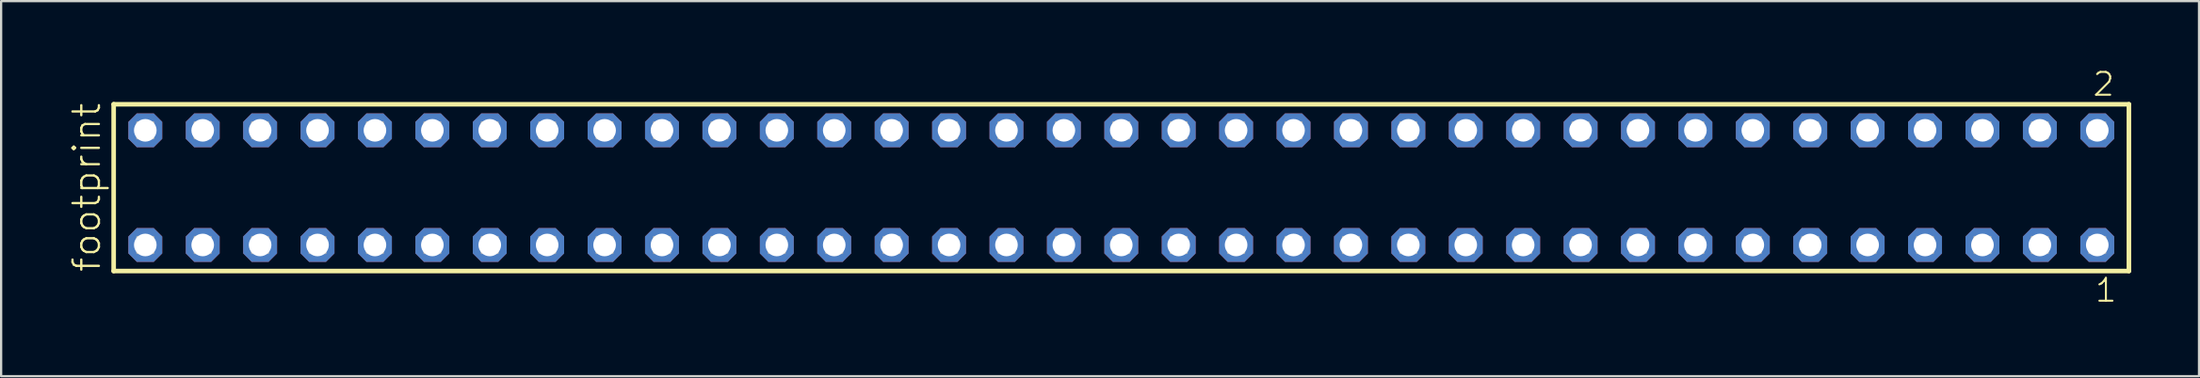
<source format=kicad_pcb>
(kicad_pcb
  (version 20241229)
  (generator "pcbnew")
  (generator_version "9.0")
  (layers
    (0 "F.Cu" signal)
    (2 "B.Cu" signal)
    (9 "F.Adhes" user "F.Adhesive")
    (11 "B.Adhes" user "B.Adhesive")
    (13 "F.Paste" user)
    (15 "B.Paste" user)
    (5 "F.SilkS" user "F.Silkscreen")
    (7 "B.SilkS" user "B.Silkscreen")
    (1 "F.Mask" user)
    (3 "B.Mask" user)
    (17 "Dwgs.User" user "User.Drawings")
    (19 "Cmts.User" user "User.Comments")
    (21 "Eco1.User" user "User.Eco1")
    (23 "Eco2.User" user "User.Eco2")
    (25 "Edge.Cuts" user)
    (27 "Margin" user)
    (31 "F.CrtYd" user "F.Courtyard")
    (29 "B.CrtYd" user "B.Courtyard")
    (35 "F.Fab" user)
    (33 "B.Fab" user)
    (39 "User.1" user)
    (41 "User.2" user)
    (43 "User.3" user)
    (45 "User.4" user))
  (footprint "footprint"
    (layer "F.Cu")
    (at 46.558 5.265)
    (property "Reference" "footprint" (at -45.085 3.81 90) (layer "F.SilkS") (effects (font (size 1.168 1.168) (thickness 0.102)) (justify left bottom)))
    (fp_line (start -44.579 -3.695) (end 44.579 -3.695) (stroke (width 0.203) (type solid)) (layer "F.SilkS"))
    (fp_line (start -44.579 3.695) (end -44.579 -3.695) (stroke (width 0.203) (type solid)) (layer "F.SilkS"))
    (fp_line (start 44.579 -3.695) (end 44.579 3.695) (stroke (width 0.203) (type solid)) (layer "F.SilkS"))
    (fp_line (start 44.579 3.695) (end -44.579 3.695) (stroke (width 0.203) (type solid)) (layer "F.SilkS"))
    (fp_poly (pts (xy -43.53 -2.19) (xy -42.83 -2.19) (xy -42.83 -2.89) (xy -43.53 -2.89)) (stroke (width 0.1) (type solid)) (fill no) (layer "F.Fab"))
    (fp_poly (pts (xy -43.53 2.89) (xy -42.83 2.89) (xy -42.83 2.19) (xy -43.53 2.19)) (stroke (width 0.1) (type solid)) (fill no) (layer "F.Fab"))
    (fp_poly (pts (xy -40.99 -2.19) (xy -40.29 -2.19) (xy -40.29 -2.89) (xy -40.99 -2.89)) (stroke (width 0.1) (type solid)) (fill no) (layer "F.Fab"))
    (fp_poly (pts (xy -40.99 2.89) (xy -40.29 2.89) (xy -40.29 2.19) (xy -40.99 2.19)) (stroke (width 0.1) (type solid)) (fill no) (layer "F.Fab"))
    (fp_poly (pts (xy -38.45 -2.19) (xy -37.75 -2.19) (xy -37.75 -2.89) (xy -38.45 -2.89)) (stroke (width 0.1) (type solid)) (fill no) (layer "F.Fab"))
    (fp_poly (pts (xy -38.45 2.89) (xy -37.75 2.89) (xy -37.75 2.19) (xy -38.45 2.19)) (stroke (width 0.1) (type solid)) (fill no) (layer "F.Fab"))
    (fp_poly (pts (xy -35.91 -2.19) (xy -35.21 -2.19) (xy -35.21 -2.89) (xy -35.91 -2.89)) (stroke (width 0.1) (type solid)) (fill no) (layer "F.Fab"))
    (fp_poly (pts (xy -35.91 2.89) (xy -35.21 2.89) (xy -35.21 2.19) (xy -35.91 2.19)) (stroke (width 0.1) (type solid)) (fill no) (layer "F.Fab"))
    (fp_poly (pts (xy -33.37 -2.19) (xy -32.67 -2.19) (xy -32.67 -2.89) (xy -33.37 -2.89)) (stroke (width 0.1) (type solid)) (fill no) (layer "F.Fab"))
    (fp_poly (pts (xy -33.37 2.89) (xy -32.67 2.89) (xy -32.67 2.19) (xy -33.37 2.19)) (stroke (width 0.1) (type solid)) (fill no) (layer "F.Fab"))
    (fp_poly (pts (xy -30.83 -2.19) (xy -30.13 -2.19) (xy -30.13 -2.89) (xy -30.83 -2.89)) (stroke (width 0.1) (type solid)) (fill no) (layer "F.Fab"))
    (fp_poly (pts (xy -30.83 2.89) (xy -30.13 2.89) (xy -30.13 2.19) (xy -30.83 2.19)) (stroke (width 0.1) (type solid)) (fill no) (layer "F.Fab"))
    (fp_poly (pts (xy -28.29 -2.19) (xy -27.59 -2.19) (xy -27.59 -2.89) (xy -28.29 -2.89)) (stroke (width 0.1) (type solid)) (fill no) (layer "F.Fab"))
    (fp_poly (pts (xy -28.29 2.89) (xy -27.59 2.89) (xy -27.59 2.19) (xy -28.29 2.19)) (stroke (width 0.1) (type solid)) (fill no) (layer "F.Fab"))
    (fp_poly (pts (xy -25.75 -2.19) (xy -25.05 -2.19) (xy -25.05 -2.89) (xy -25.75 -2.89)) (stroke (width 0.1) (type solid)) (fill no) (layer "F.Fab"))
    (fp_poly (pts (xy -25.75 2.89) (xy -25.05 2.89) (xy -25.05 2.19) (xy -25.75 2.19)) (stroke (width 0.1) (type solid)) (fill no) (layer "F.Fab"))
    (fp_poly (pts (xy -23.21 -2.19) (xy -22.51 -2.19) (xy -22.51 -2.89) (xy -23.21 -2.89)) (stroke (width 0.1) (type solid)) (fill no) (layer "F.Fab"))
    (fp_poly (pts (xy -23.21 2.89) (xy -22.51 2.89) (xy -22.51 2.19) (xy -23.21 2.19)) (stroke (width 0.1) (type solid)) (fill no) (layer "F.Fab"))
    (fp_poly (pts (xy -20.67 -2.19) (xy -19.97 -2.19) (xy -19.97 -2.89) (xy -20.67 -2.89)) (stroke (width 0.1) (type solid)) (fill no) (layer "F.Fab"))
    (fp_poly (pts (xy -20.67 2.89) (xy -19.97 2.89) (xy -19.97 2.19) (xy -20.67 2.19)) (stroke (width 0.1) (type solid)) (fill no) (layer "F.Fab"))
    (fp_poly (pts (xy -18.13 -2.19) (xy -17.43 -2.19) (xy -17.43 -2.89) (xy -18.13 -2.89)) (stroke (width 0.1) (type solid)) (fill no) (layer "F.Fab"))
    (fp_poly (pts (xy -18.13 2.89) (xy -17.43 2.89) (xy -17.43 2.19) (xy -18.13 2.19)) (stroke (width 0.1) (type solid)) (fill no) (layer "F.Fab"))
    (fp_poly (pts (xy -15.59 -2.19) (xy -14.89 -2.19) (xy -14.89 -2.89) (xy -15.59 -2.89)) (stroke (width 0.1) (type solid)) (fill no) (layer "F.Fab"))
    (fp_poly (pts (xy -15.59 2.89) (xy -14.89 2.89) (xy -14.89 2.19) (xy -15.59 2.19)) (stroke (width 0.1) (type solid)) (fill no) (layer "F.Fab"))
    (fp_poly (pts (xy -13.05 -2.19) (xy -12.35 -2.19) (xy -12.35 -2.89) (xy -13.05 -2.89)) (stroke (width 0.1) (type solid)) (fill no) (layer "F.Fab"))
    (fp_poly (pts (xy -13.05 2.89) (xy -12.35 2.89) (xy -12.35 2.19) (xy -13.05 2.19)) (stroke (width 0.1) (type solid)) (fill no) (layer "F.Fab"))
    (fp_poly (pts (xy -10.51 -2.19) (xy -9.81 -2.19) (xy -9.81 -2.89) (xy -10.51 -2.89)) (stroke (width 0.1) (type solid)) (fill no) (layer "F.Fab"))
    (fp_poly (pts (xy -10.51 2.89) (xy -9.81 2.89) (xy -9.81 2.19) (xy -10.51 2.19)) (stroke (width 0.1) (type solid)) (fill no) (layer "F.Fab"))
    (fp_poly (pts (xy -7.97 -2.19) (xy -7.27 -2.19) (xy -7.27 -2.89) (xy -7.97 -2.89)) (stroke (width 0.1) (type solid)) (fill no) (layer "F.Fab"))
    (fp_poly (pts (xy -7.97 2.89) (xy -7.27 2.89) (xy -7.27 2.19) (xy -7.97 2.19)) (stroke (width 0.1) (type solid)) (fill no) (layer "F.Fab"))
    (fp_poly (pts (xy -5.43 -2.19) (xy -4.73 -2.19) (xy -4.73 -2.89) (xy -5.43 -2.89)) (stroke (width 0.1) (type solid)) (fill no) (layer "F.Fab"))
    (fp_poly (pts (xy -5.43 2.89) (xy -4.73 2.89) (xy -4.73 2.19) (xy -5.43 2.19)) (stroke (width 0.1) (type solid)) (fill no) (layer "F.Fab"))
    (fp_poly (pts (xy -2.89 -2.19) (xy -2.19 -2.19) (xy -2.19 -2.89) (xy -2.89 -2.89)) (stroke (width 0.1) (type solid)) (fill no) (layer "F.Fab"))
    (fp_poly (pts (xy -2.89 2.89) (xy -2.19 2.89) (xy -2.19 2.19) (xy -2.89 2.19)) (stroke (width 0.1) (type solid)) (fill no) (layer "F.Fab"))
    (fp_poly (pts (xy -0.35 -2.19) (xy 0.35 -2.19) (xy 0.35 -2.89) (xy -0.35 -2.89)) (stroke (width 0.1) (type solid)) (fill no) (layer "F.Fab"))
    (fp_poly (pts (xy -0.35 2.89) (xy 0.35 2.89) (xy 0.35 2.19) (xy -0.35 2.19)) (stroke (width 0.1) (type solid)) (fill no) (layer "F.Fab"))
    (fp_poly (pts (xy 2.19 -2.19) (xy 2.89 -2.19) (xy 2.89 -2.89) (xy 2.19 -2.89)) (stroke (width 0.1) (type solid)) (fill no) (layer "F.Fab"))
    (fp_poly (pts (xy 2.19 2.89) (xy 2.89 2.89) (xy 2.89 2.19) (xy 2.19 2.19)) (stroke (width 0.1) (type solid)) (fill no) (layer "F.Fab"))
    (fp_poly (pts (xy 4.73 -2.19) (xy 5.43 -2.19) (xy 5.43 -2.89) (xy 4.73 -2.89)) (stroke (width 0.1) (type solid)) (fill no) (layer "F.Fab"))
    (fp_poly (pts (xy 4.73 2.89) (xy 5.43 2.89) (xy 5.43 2.19) (xy 4.73 2.19)) (stroke (width 0.1) (type solid)) (fill no) (layer "F.Fab"))
    (fp_poly (pts (xy 7.27 -2.19) (xy 7.97 -2.19) (xy 7.97 -2.89) (xy 7.27 -2.89)) (stroke (width 0.1) (type solid)) (fill no) (layer "F.Fab"))
    (fp_poly (pts (xy 7.27 2.89) (xy 7.97 2.89) (xy 7.97 2.19) (xy 7.27 2.19)) (stroke (width 0.1) (type solid)) (fill no) (layer "F.Fab"))
    (fp_poly (pts (xy 9.81 -2.19) (xy 10.51 -2.19) (xy 10.51 -2.89) (xy 9.81 -2.89)) (stroke (width 0.1) (type solid)) (fill no) (layer "F.Fab"))
    (fp_poly (pts (xy 9.81 2.89) (xy 10.51 2.89) (xy 10.51 2.19) (xy 9.81 2.19)) (stroke (width 0.1) (type solid)) (fill no) (layer "F.Fab"))
    (fp_poly (pts (xy 12.35 -2.19) (xy 13.05 -2.19) (xy 13.05 -2.89) (xy 12.35 -2.89)) (stroke (width 0.1) (type solid)) (fill no) (layer "F.Fab"))
    (fp_poly (pts (xy 12.35 2.89) (xy 13.05 2.89) (xy 13.05 2.19) (xy 12.35 2.19)) (stroke (width 0.1) (type solid)) (fill no) (layer "F.Fab"))
    (fp_poly (pts (xy 14.89 -2.19) (xy 15.59 -2.19) (xy 15.59 -2.89) (xy 14.89 -2.89)) (stroke (width 0.1) (type solid)) (fill no) (layer "F.Fab"))
    (fp_poly (pts (xy 14.89 2.89) (xy 15.59 2.89) (xy 15.59 2.19) (xy 14.89 2.19)) (stroke (width 0.1) (type solid)) (fill no) (layer "F.Fab"))
    (fp_poly (pts (xy 17.43 -2.19) (xy 18.13 -2.19) (xy 18.13 -2.89) (xy 17.43 -2.89)) (stroke (width 0.1) (type solid)) (fill no) (layer "F.Fab"))
    (fp_poly (pts (xy 17.43 2.89) (xy 18.13 2.89) (xy 18.13 2.19) (xy 17.43 2.19)) (stroke (width 0.1) (type solid)) (fill no) (layer "F.Fab"))
    (fp_poly (pts (xy 19.97 -2.19) (xy 20.67 -2.19) (xy 20.67 -2.89) (xy 19.97 -2.89)) (stroke (width 0.1) (type solid)) (fill no) (layer "F.Fab"))
    (fp_poly (pts (xy 19.97 2.89) (xy 20.67 2.89) (xy 20.67 2.19) (xy 19.97 2.19)) (stroke (width 0.1) (type solid)) (fill no) (layer "F.Fab"))
    (fp_poly (pts (xy 22.51 -2.19) (xy 23.21 -2.19) (xy 23.21 -2.89) (xy 22.51 -2.89)) (stroke (width 0.1) (type solid)) (fill no) (layer "F.Fab"))
    (fp_poly (pts (xy 22.51 2.89) (xy 23.21 2.89) (xy 23.21 2.19) (xy 22.51 2.19)) (stroke (width 0.1) (type solid)) (fill no) (layer "F.Fab"))
    (fp_poly (pts (xy 25.05 -2.19) (xy 25.75 -2.19) (xy 25.75 -2.89) (xy 25.05 -2.89)) (stroke (width 0.1) (type solid)) (fill no) (layer "F.Fab"))
    (fp_poly (pts (xy 25.05 2.89) (xy 25.75 2.89) (xy 25.75 2.19) (xy 25.05 2.19)) (stroke (width 0.1) (type solid)) (fill no) (layer "F.Fab"))
    (fp_poly (pts (xy 27.59 -2.19) (xy 28.29 -2.19) (xy 28.29 -2.89) (xy 27.59 -2.89)) (stroke (width 0.1) (type solid)) (fill no) (layer "F.Fab"))
    (fp_poly (pts (xy 27.59 2.89) (xy 28.29 2.89) (xy 28.29 2.19) (xy 27.59 2.19)) (stroke (width 0.1) (type solid)) (fill no) (layer "F.Fab"))
    (fp_poly (pts (xy 30.13 -2.19) (xy 30.83 -2.19) (xy 30.83 -2.89) (xy 30.13 -2.89)) (stroke (width 0.1) (type solid)) (fill no) (layer "F.Fab"))
    (fp_poly (pts (xy 30.13 2.89) (xy 30.83 2.89) (xy 30.83 2.19) (xy 30.13 2.19)) (stroke (width 0.1) (type solid)) (fill no) (layer "F.Fab"))
    (fp_poly (pts (xy 32.67 -2.19) (xy 33.37 -2.19) (xy 33.37 -2.89) (xy 32.67 -2.89)) (stroke (width 0.1) (type solid)) (fill no) (layer "F.Fab"))
    (fp_poly (pts (xy 32.67 2.89) (xy 33.37 2.89) (xy 33.37 2.19) (xy 32.67 2.19)) (stroke (width 0.1) (type solid)) (fill no) (layer "F.Fab"))
    (fp_poly (pts (xy 35.21 -2.19) (xy 35.91 -2.19) (xy 35.91 -2.89) (xy 35.21 -2.89)) (stroke (width 0.1) (type solid)) (fill no) (layer "F.Fab"))
    (fp_poly (pts (xy 35.21 2.89) (xy 35.91 2.89) (xy 35.91 2.19) (xy 35.21 2.19)) (stroke (width 0.1) (type solid)) (fill no) (layer "F.Fab"))
    (fp_poly (pts (xy 37.75 -2.19) (xy 38.45 -2.19) (xy 38.45 -2.89) (xy 37.75 -2.89)) (stroke (width 0.1) (type solid)) (fill no) (layer "F.Fab"))
    (fp_poly (pts (xy 37.75 2.89) (xy 38.45 2.89) (xy 38.45 2.19) (xy 37.75 2.19)) (stroke (width 0.1) (type solid)) (fill no) (layer "F.Fab"))
    (fp_poly (pts (xy 40.29 -2.19) (xy 40.99 -2.19) (xy 40.99 -2.89) (xy 40.29 -2.89)) (stroke (width 0.1) (type solid)) (fill no) (layer "F.Fab"))
    (fp_poly (pts (xy 40.29 2.89) (xy 40.99 2.89) (xy 40.99 2.19) (xy 40.29 2.19)) (stroke (width 0.1) (type solid)) (fill no) (layer "F.Fab"))
    (fp_poly (pts (xy 42.83 -2.19) (xy 43.53 -2.19) (xy 43.53 -2.89) (xy 42.83 -2.89)) (stroke (width 0.1) (type solid)) (fill no) (layer "F.Fab"))
    (fp_poly (pts (xy 42.83 2.89) (xy 43.53 2.89) (xy 43.53 2.19) (xy 42.83 2.19)) (stroke (width 0.1) (type solid)) (fill no) (layer "F.Fab"))
    (fp_text user "2" (at 42.922 -3.989 0) (layer "F.SilkS") (effects (font (size 1.012 1.012) (thickness 0.088)) (justify left bottom)))
    (fp_text user "1" (at 43.022 5.138 0) (layer "F.SilkS") (effects (font (size 1.012 1.012) (thickness 0.088)) (justify left bottom)))
    (pad "1" thru_hole roundrect (at 43.18 2.54 180) (size 1.5 1.5) (drill 1) (layers "*.Cu" "*.Mask") (roundrect_rratio 0.25) (chamfer_ratio 0.25) (chamfer top_left top_right bottom_left bottom_right))
    (pad "2" thru_hole roundrect (at 43.18 -2.54 180) (size 1.5 1.5) (drill 1) (layers "*.Cu" "*.Mask") (roundrect_rratio 0.25) (chamfer_ratio 0.25) (chamfer top_left top_right bottom_left bottom_right))
    (pad "3" thru_hole roundrect (at 40.64 2.54 180) (size 1.5 1.5) (drill 1) (layers "*.Cu" "*.Mask") (roundrect_rratio 0.25) (chamfer_ratio 0.25) (chamfer top_left top_right bottom_left bottom_right))
    (pad "4" thru_hole roundrect (at 40.64 -2.54 180) (size 1.5 1.5) (drill 1) (layers "*.Cu" "*.Mask") (roundrect_rratio 0.25) (chamfer_ratio 0.25) (chamfer top_left top_right bottom_left bottom_right))
    (pad "5" thru_hole roundrect (at 38.1 2.54 180) (size 1.5 1.5) (drill 1) (layers "*.Cu" "*.Mask") (roundrect_rratio 0.25) (chamfer_ratio 0.25) (chamfer top_left top_right bottom_left bottom_right))
    (pad "6" thru_hole roundrect (at 38.1 -2.54 180) (size 1.5 1.5) (drill 1) (layers "*.Cu" "*.Mask") (roundrect_rratio 0.25) (chamfer_ratio 0.25) (chamfer top_left top_right bottom_left bottom_right))
    (pad "7" thru_hole roundrect (at 35.56 2.54 180) (size 1.5 1.5) (drill 1) (layers "*.Cu" "*.Mask") (roundrect_rratio 0.25) (chamfer_ratio 0.25) (chamfer top_left top_right bottom_left bottom_right))
    (pad "8" thru_hole roundrect (at 35.56 -2.54 180) (size 1.5 1.5) (drill 1) (layers "*.Cu" "*.Mask") (roundrect_rratio 0.25) (chamfer_ratio 0.25) (chamfer top_left top_right bottom_left bottom_right))
    (pad "9" thru_hole roundrect (at 33.02 2.54 180) (size 1.5 1.5) (drill 1) (layers "*.Cu" "*.Mask") (roundrect_rratio 0.25) (chamfer_ratio 0.25) (chamfer top_left top_right bottom_left bottom_right))
    (pad "10" thru_hole roundrect (at 33.02 -2.54 180) (size 1.5 1.5) (drill 1) (layers "*.Cu" "*.Mask") (roundrect_rratio 0.25) (chamfer_ratio 0.25) (chamfer top_left top_right bottom_left bottom_right))
    (pad "11" thru_hole roundrect (at 30.48 2.54 180) (size 1.5 1.5) (drill 1) (layers "*.Cu" "*.Mask") (roundrect_rratio 0.25) (chamfer_ratio 0.25) (chamfer top_left top_right bottom_left bottom_right))
    (pad "12" thru_hole roundrect (at 30.48 -2.54 180) (size 1.5 1.5) (drill 1) (layers "*.Cu" "*.Mask") (roundrect_rratio 0.25) (chamfer_ratio 0.25) (chamfer top_left top_right bottom_left bottom_right))
    (pad "13" thru_hole roundrect (at 27.94 2.54 180) (size 1.5 1.5) (drill 1) (layers "*.Cu" "*.Mask") (roundrect_rratio 0.25) (chamfer_ratio 0.25) (chamfer top_left top_right bottom_left bottom_right))
    (pad "14" thru_hole roundrect (at 27.94 -2.54 180) (size 1.5 1.5) (drill 1) (layers "*.Cu" "*.Mask") (roundrect_rratio 0.25) (chamfer_ratio 0.25) (chamfer top_left top_right bottom_left bottom_right))
    (pad "15" thru_hole roundrect (at 25.4 2.54 180) (size 1.5 1.5) (drill 1) (layers "*.Cu" "*.Mask") (roundrect_rratio 0.25) (chamfer_ratio 0.25) (chamfer top_left top_right bottom_left bottom_right))
    (pad "16" thru_hole roundrect (at 25.4 -2.54 180) (size 1.5 1.5) (drill 1) (layers "*.Cu" "*.Mask") (roundrect_rratio 0.25) (chamfer_ratio 0.25) (chamfer top_left top_right bottom_left bottom_right))
    (pad "17" thru_hole roundrect (at 22.86 2.54 180) (size 1.5 1.5) (drill 1) (layers "*.Cu" "*.Mask") (roundrect_rratio 0.25) (chamfer_ratio 0.25) (chamfer top_left top_right bottom_left bottom_right))
    (pad "18" thru_hole roundrect (at 22.86 -2.54 180) (size 1.5 1.5) (drill 1) (layers "*.Cu" "*.Mask") (roundrect_rratio 0.25) (chamfer_ratio 0.25) (chamfer top_left top_right bottom_left bottom_right))
    (pad "19" thru_hole roundrect (at 20.32 2.54 180) (size 1.5 1.5) (drill 1) (layers "*.Cu" "*.Mask") (roundrect_rratio 0.25) (chamfer_ratio 0.25) (chamfer top_left top_right bottom_left bottom_right))
    (pad "20" thru_hole roundrect (at 20.32 -2.54 180) (size 1.5 1.5) (drill 1) (layers "*.Cu" "*.Mask") (roundrect_rratio 0.25) (chamfer_ratio 0.25) (chamfer top_left top_right bottom_left bottom_right))
    (pad "21" thru_hole roundrect (at 17.78 2.54 180) (size 1.5 1.5) (drill 1) (layers "*.Cu" "*.Mask") (roundrect_rratio 0.25) (chamfer_ratio 0.25) (chamfer top_left top_right bottom_left bottom_right))
    (pad "22" thru_hole roundrect (at 17.78 -2.54 180) (size 1.5 1.5) (drill 1) (layers "*.Cu" "*.Mask") (roundrect_rratio 0.25) (chamfer_ratio 0.25) (chamfer top_left top_right bottom_left bottom_right))
    (pad "23" thru_hole roundrect (at 15.24 2.54 180) (size 1.5 1.5) (drill 1) (layers "*.Cu" "*.Mask") (roundrect_rratio 0.25) (chamfer_ratio 0.25) (chamfer top_left top_right bottom_left bottom_right))
    (pad "24" thru_hole roundrect (at 15.24 -2.54 180) (size 1.5 1.5) (drill 1) (layers "*.Cu" "*.Mask") (roundrect_rratio 0.25) (chamfer_ratio 0.25) (chamfer top_left top_right bottom_left bottom_right))
    (pad "25" thru_hole roundrect (at 12.7 2.54 180) (size 1.5 1.5) (drill 1) (layers "*.Cu" "*.Mask") (roundrect_rratio 0.25) (chamfer_ratio 0.25) (chamfer top_left top_right bottom_left bottom_right))
    (pad "26" thru_hole roundrect (at 12.7 -2.54 180) (size 1.5 1.5) (drill 1) (layers "*.Cu" "*.Mask") (roundrect_rratio 0.25) (chamfer_ratio 0.25) (chamfer top_left top_right bottom_left bottom_right))
    (pad "27" thru_hole roundrect (at 10.16 2.54 180) (size 1.5 1.5) (drill 1) (layers "*.Cu" "*.Mask") (roundrect_rratio 0.25) (chamfer_ratio 0.25) (chamfer top_left top_right bottom_left bottom_right))
    (pad "28" thru_hole roundrect (at 10.16 -2.54 180) (size 1.5 1.5) (drill 1) (layers "*.Cu" "*.Mask") (roundrect_rratio 0.25) (chamfer_ratio 0.25) (chamfer top_left top_right bottom_left bottom_right))
    (pad "29" thru_hole roundrect (at 7.62 2.54 180) (size 1.5 1.5) (drill 1) (layers "*.Cu" "*.Mask") (roundrect_rratio 0.25) (chamfer_ratio 0.25) (chamfer top_left top_right bottom_left bottom_right))
    (pad "30" thru_hole roundrect (at 7.62 -2.54 180) (size 1.5 1.5) (drill 1) (layers "*.Cu" "*.Mask") (roundrect_rratio 0.25) (chamfer_ratio 0.25) (chamfer top_left top_right bottom_left bottom_right))
    (pad "31" thru_hole roundrect (at 5.08 2.54 180) (size 1.5 1.5) (drill 1) (layers "*.Cu" "*.Mask") (roundrect_rratio 0.25) (chamfer_ratio 0.25) (chamfer top_left top_right bottom_left bottom_right))
    (pad "32" thru_hole roundrect (at 5.08 -2.54 180) (size 1.5 1.5) (drill 1) (layers "*.Cu" "*.Mask") (roundrect_rratio 0.25) (chamfer_ratio 0.25) (chamfer top_left top_right bottom_left bottom_right))
    (pad "33" thru_hole roundrect (at 2.54 2.54 180) (size 1.5 1.5) (drill 1) (layers "*.Cu" "*.Mask") (roundrect_rratio 0.25) (chamfer_ratio 0.25) (chamfer top_left top_right bottom_left bottom_right))
    (pad "34" thru_hole roundrect (at 2.54 -2.54 180) (size 1.5 1.5) (drill 1) (layers "*.Cu" "*.Mask") (roundrect_rratio 0.25) (chamfer_ratio 0.25) (chamfer top_left top_right bottom_left bottom_right))
    (pad "35" thru_hole roundrect (at 0 2.54 180) (size 1.5 1.5) (drill 1) (layers "*.Cu" "*.Mask") (roundrect_rratio 0.25) (chamfer_ratio 0.25) (chamfer top_left top_right bottom_left bottom_right))
    (pad "36" thru_hole roundrect (at 0 -2.54 180) (size 1.5 1.5) (drill 1) (layers "*.Cu" "*.Mask") (roundrect_rratio 0.25) (chamfer_ratio 0.25) (chamfer top_left top_right bottom_left bottom_right))
    (pad "37" thru_hole roundrect (at -2.54 2.54 180) (size 1.5 1.5) (drill 1) (layers "*.Cu" "*.Mask") (roundrect_rratio 0.25) (chamfer_ratio 0.25) (chamfer top_left top_right bottom_left bottom_right))
    (pad "38" thru_hole roundrect (at -2.54 -2.54 180) (size 1.5 1.5) (drill 1) (layers "*.Cu" "*.Mask") (roundrect_rratio 0.25) (chamfer_ratio 0.25) (chamfer top_left top_right bottom_left bottom_right))
    (pad "39" thru_hole roundrect (at -5.08 2.54 180) (size 1.5 1.5) (drill 1) (layers "*.Cu" "*.Mask") (roundrect_rratio 0.25) (chamfer_ratio 0.25) (chamfer top_left top_right bottom_left bottom_right))
    (pad "40" thru_hole roundrect (at -5.08 -2.54 180) (size 1.5 1.5) (drill 1) (layers "*.Cu" "*.Mask") (roundrect_rratio 0.25) (chamfer_ratio 0.25) (chamfer top_left top_right bottom_left bottom_right))
    (pad "41" thru_hole roundrect (at -7.62 2.54 180) (size 1.5 1.5) (drill 1) (layers "*.Cu" "*.Mask") (roundrect_rratio 0.25) (chamfer_ratio 0.25) (chamfer top_left top_right bottom_left bottom_right))
    (pad "42" thru_hole roundrect (at -7.62 -2.54 180) (size 1.5 1.5) (drill 1) (layers "*.Cu" "*.Mask") (roundrect_rratio 0.25) (chamfer_ratio 0.25) (chamfer top_left top_right bottom_left bottom_right))
    (pad "43" thru_hole roundrect (at -10.16 2.54 180) (size 1.5 1.5) (drill 1) (layers "*.Cu" "*.Mask") (roundrect_rratio 0.25) (chamfer_ratio 0.25) (chamfer top_left top_right bottom_left bottom_right))
    (pad "44" thru_hole roundrect (at -10.16 -2.54 180) (size 1.5 1.5) (drill 1) (layers "*.Cu" "*.Mask") (roundrect_rratio 0.25) (chamfer_ratio 0.25) (chamfer top_left top_right bottom_left bottom_right))
    (pad "45" thru_hole roundrect (at -12.7 2.54 180) (size 1.5 1.5) (drill 1) (layers "*.Cu" "*.Mask") (roundrect_rratio 0.25) (chamfer_ratio 0.25) (chamfer top_left top_right bottom_left bottom_right))
    (pad "46" thru_hole roundrect (at -12.7 -2.54 180) (size 1.5 1.5) (drill 1) (layers "*.Cu" "*.Mask") (roundrect_rratio 0.25) (chamfer_ratio 0.25) (chamfer top_left top_right bottom_left bottom_right))
    (pad "47" thru_hole roundrect (at -15.24 2.54 180) (size 1.5 1.5) (drill 1) (layers "*.Cu" "*.Mask") (roundrect_rratio 0.25) (chamfer_ratio 0.25) (chamfer top_left top_right bottom_left bottom_right))
    (pad "48" thru_hole roundrect (at -15.24 -2.54 180) (size 1.5 1.5) (drill 1) (layers "*.Cu" "*.Mask") (roundrect_rratio 0.25) (chamfer_ratio 0.25) (chamfer top_left top_right bottom_left bottom_right))
    (pad "49" thru_hole roundrect (at -17.78 2.54 180) (size 1.5 1.5) (drill 1) (layers "*.Cu" "*.Mask") (roundrect_rratio 0.25) (chamfer_ratio 0.25) (chamfer top_left top_right bottom_left bottom_right))
    (pad "50" thru_hole roundrect (at -17.78 -2.54 180) (size 1.5 1.5) (drill 1) (layers "*.Cu" "*.Mask") (roundrect_rratio 0.25) (chamfer_ratio 0.25) (chamfer top_left top_right bottom_left bottom_right))
    (pad "51" thru_hole roundrect (at -20.32 2.54 180) (size 1.5 1.5) (drill 1) (layers "*.Cu" "*.Mask") (roundrect_rratio 0.25) (chamfer_ratio 0.25) (chamfer top_left top_right bottom_left bottom_right))
    (pad "52" thru_hole roundrect (at -20.32 -2.54 180) (size 1.5 1.5) (drill 1) (layers "*.Cu" "*.Mask") (roundrect_rratio 0.25) (chamfer_ratio 0.25) (chamfer top_left top_right bottom_left bottom_right))
    (pad "53" thru_hole roundrect (at -22.86 2.54 180) (size 1.5 1.5) (drill 1) (layers "*.Cu" "*.Mask") (roundrect_rratio 0.25) (chamfer_ratio 0.25) (chamfer top_left top_right bottom_left bottom_right))
    (pad "54" thru_hole roundrect (at -22.86 -2.54 180) (size 1.5 1.5) (drill 1) (layers "*.Cu" "*.Mask") (roundrect_rratio 0.25) (chamfer_ratio 0.25) (chamfer top_left top_right bottom_left bottom_right))
    (pad "55" thru_hole roundrect (at -25.4 2.54 180) (size 1.5 1.5) (drill 1) (layers "*.Cu" "*.Mask") (roundrect_rratio 0.25) (chamfer_ratio 0.25) (chamfer top_left top_right bottom_left bottom_right))
    (pad "56" thru_hole roundrect (at -25.4 -2.54 180) (size 1.5 1.5) (drill 1) (layers "*.Cu" "*.Mask") (roundrect_rratio 0.25) (chamfer_ratio 0.25) (chamfer top_left top_right bottom_left bottom_right))
    (pad "57" thru_hole roundrect (at -27.94 2.54 180) (size 1.5 1.5) (drill 1) (layers "*.Cu" "*.Mask") (roundrect_rratio 0.25) (chamfer_ratio 0.25) (chamfer top_left top_right bottom_left bottom_right))
    (pad "58" thru_hole roundrect (at -27.94 -2.54 180) (size 1.5 1.5) (drill 1) (layers "*.Cu" "*.Mask") (roundrect_rratio 0.25) (chamfer_ratio 0.25) (chamfer top_left top_right bottom_left bottom_right))
    (pad "59" thru_hole roundrect (at -30.48 2.54 180) (size 1.5 1.5) (drill 1) (layers "*.Cu" "*.Mask") (roundrect_rratio 0.25) (chamfer_ratio 0.25) (chamfer top_left top_right bottom_left bottom_right))
    (pad "60" thru_hole roundrect (at -30.48 -2.54 180) (size 1.5 1.5) (drill 1) (layers "*.Cu" "*.Mask") (roundrect_rratio 0.25) (chamfer_ratio 0.25) (chamfer top_left top_right bottom_left bottom_right))
    (pad "61" thru_hole roundrect (at -33.02 2.54 180) (size 1.5 1.5) (drill 1) (layers "*.Cu" "*.Mask") (roundrect_rratio 0.25) (chamfer_ratio 0.25) (chamfer top_left top_right bottom_left bottom_right))
    (pad "62" thru_hole roundrect (at -33.02 -2.54 180) (size 1.5 1.5) (drill 1) (layers "*.Cu" "*.Mask") (roundrect_rratio 0.25) (chamfer_ratio 0.25) (chamfer top_left top_right bottom_left bottom_right))
    (pad "63" thru_hole roundrect (at -35.56 2.54 180) (size 1.5 1.5) (drill 1) (layers "*.Cu" "*.Mask") (roundrect_rratio 0.25) (chamfer_ratio 0.25) (chamfer top_left top_right bottom_left bottom_right))
    (pad "64" thru_hole roundrect (at -35.56 -2.54 180) (size 1.5 1.5) (drill 1) (layers "*.Cu" "*.Mask") (roundrect_rratio 0.25) (chamfer_ratio 0.25) (chamfer top_left top_right bottom_left bottom_right))
    (pad "65" thru_hole roundrect (at -38.1 2.54 180) (size 1.5 1.5) (drill 1) (layers "*.Cu" "*.Mask") (roundrect_rratio 0.25) (chamfer_ratio 0.25) (chamfer top_left top_right bottom_left bottom_right))
    (pad "66" thru_hole roundrect (at -38.1 -2.54 180) (size 1.5 1.5) (drill 1) (layers "*.Cu" "*.Mask") (roundrect_rratio 0.25) (chamfer_ratio 0.25) (chamfer top_left top_right bottom_left bottom_right))
    (pad "67" thru_hole roundrect (at -40.64 2.54 180) (size 1.5 1.5) (drill 1) (layers "*.Cu" "*.Mask") (roundrect_rratio 0.25) (chamfer_ratio 0.25) (chamfer top_left top_right bottom_left bottom_right))
    (pad "68" thru_hole roundrect (at -40.64 -2.54 180) (size 1.5 1.5) (drill 1) (layers "*.Cu" "*.Mask") (roundrect_rratio 0.25) (chamfer_ratio 0.25) (chamfer top_left top_right bottom_left bottom_right))
    (pad "69" thru_hole roundrect (at -43.18 2.54 180) (size 1.5 1.5) (drill 1) (layers "*.Cu" "*.Mask") (roundrect_rratio 0.25) (chamfer_ratio 0.25) (chamfer top_left top_right bottom_left bottom_right))
    (pad "70" thru_hole roundrect (at -43.18 -2.54 180) (size 1.5 1.5) (drill 1) (layers "*.Cu" "*.Mask") (roundrect_rratio 0.25) (chamfer_ratio 0.25) (chamfer top_left top_right bottom_left bottom_right)))
  (gr_rect
    (start -3 -3)
    (end 94.239 13.62)
    (stroke (width 0.1) (type default))
    (fill no)
    (layer "Edge.Cuts")))
</source>
